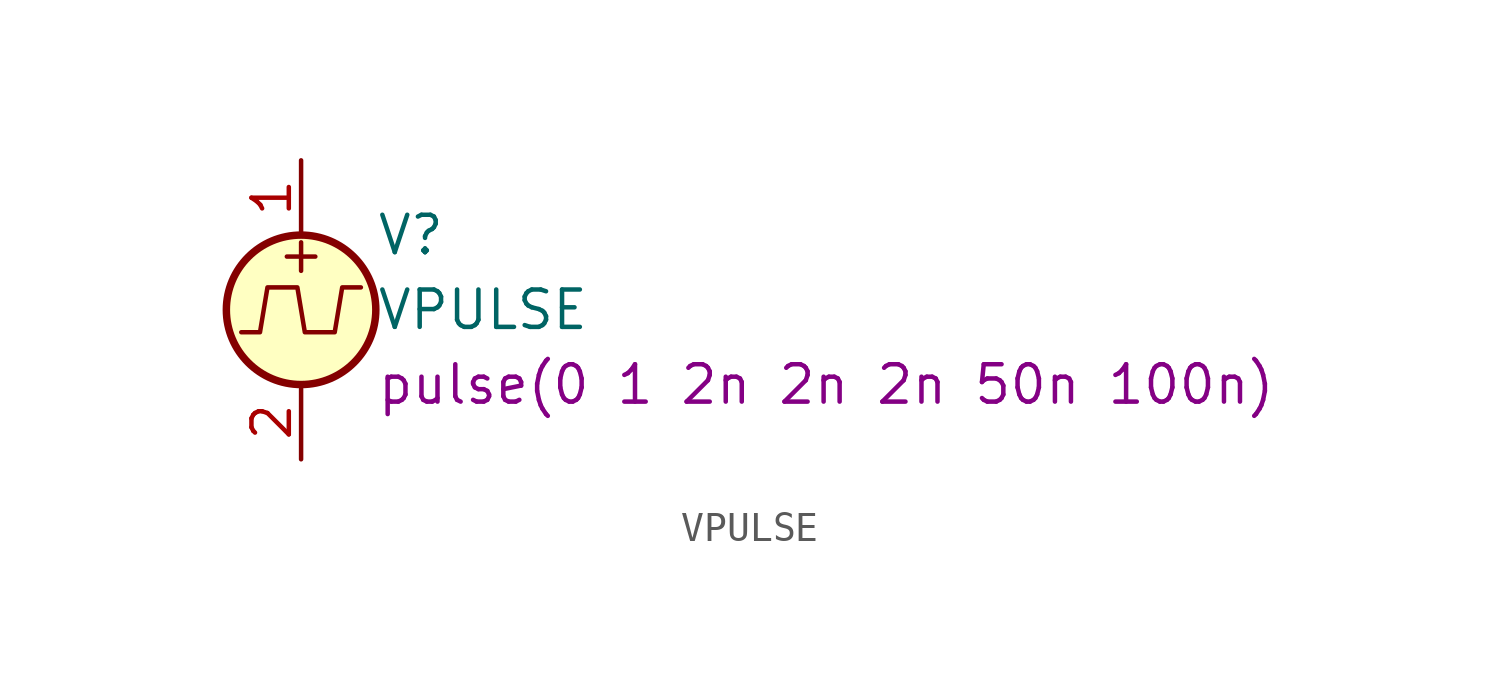
<source format=kicad_sym>
(kicad_symbol_lib
  (version 20231120)
  (generator "kicad_symbol_editor")
  (generator_version "8.0")
  (symbol "VPULSE"
    (pin_names
      (offset 0.025) hide)
    (property "Reference" "V"
      (at 2.54 2.54 0)
      (effects (font (size 1.27 1.27)) (justify left)))
    (property "Value" "VPULSE"
      (at 2.54 0 0)
      (effects (font (size 1.27 1.27)) (justify left)))
    (property "Spice_Model" "pulse(0 1 2n 2n 2n 50n 100n)"
      (at 2.54 -2.54 0)
      (effects (font (size 1.27 1.27)) (justify left)))
    (symbol "VPULSE_0_0"
      (polyline (pts (xy -2.032 -0.762) (xy -1.397 -0.762) (xy -1.143 0.762) (xy -0.127 0.762) (xy 0.127 -0.762) (xy 1.143 -0.762) (xy 1.397 0.762) (xy 2.032 0.762)) (stroke (width 0) (type default)) (fill (type none)))
      (text "+" (at 0 1.905 0) (effects (font (size 1.27 1.27)))))
    (symbol "VPULSE_0_1"
      (circle (center 0 0) (radius 2.54) (stroke (width 0.254) (type default)) (fill (type background))))
    (symbol "VPULSE_1_1"
      (pin passive line (at 0 5.08 270) (length 2.54) (name "~" (effects (font (size 1.27 1.27)))) (number "1" (effects (font (size 1.27 1.27)))))
      (pin passive line (at 0 -5.08 90) (length 2.54) (name "~" (effects (font (size 1.27 1.27)))) (number "2" (effects (font (size 1.27 1.27))))))))
</source>
